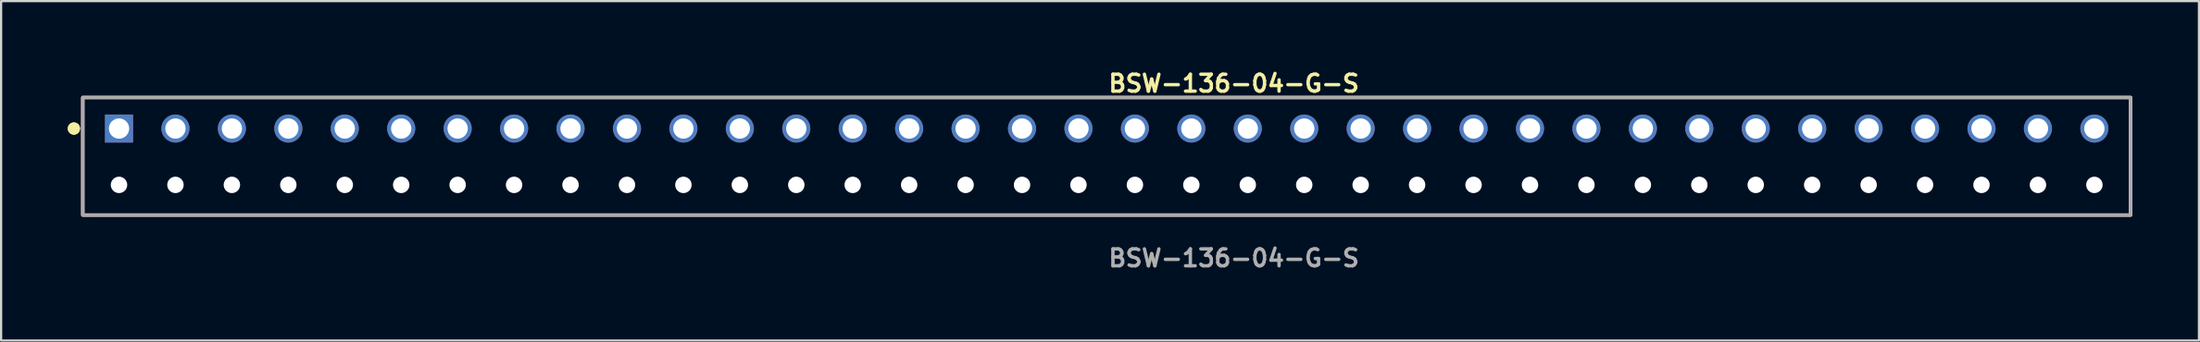
<source format=kicad_pcb>
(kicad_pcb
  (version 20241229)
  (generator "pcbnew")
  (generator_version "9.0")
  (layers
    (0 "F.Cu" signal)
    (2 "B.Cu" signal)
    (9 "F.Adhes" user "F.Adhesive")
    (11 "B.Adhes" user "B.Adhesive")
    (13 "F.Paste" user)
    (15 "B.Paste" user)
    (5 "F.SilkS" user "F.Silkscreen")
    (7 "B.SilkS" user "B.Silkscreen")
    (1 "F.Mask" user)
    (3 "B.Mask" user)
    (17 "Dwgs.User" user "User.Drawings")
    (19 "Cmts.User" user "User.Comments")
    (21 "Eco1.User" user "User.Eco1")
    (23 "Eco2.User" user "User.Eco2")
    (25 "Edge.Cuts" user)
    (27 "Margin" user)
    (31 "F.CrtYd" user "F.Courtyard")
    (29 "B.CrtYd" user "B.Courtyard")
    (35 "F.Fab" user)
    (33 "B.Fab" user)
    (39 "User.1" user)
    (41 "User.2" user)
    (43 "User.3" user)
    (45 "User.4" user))
  (footprint "BSW-136-04-G-S"
    (layer "F.Cu")
    (at 46.756 2.745)
    (property "Reference" "BSW-136-04-G-S" (at 0 -2.032 0) (unlocked yes) (layer "F.SilkS") (effects (font (size 0.762 0.762) (thickness 0.152)) (justify left)))
    (fp_rect (start -46.08 3.9) (end 46.08 -1.4) (stroke (width 0.152) (type solid)) (fill no) (layer "F.SilkS"))
    (fp_circle (center -46.48 0) (end -46.68 0) (stroke (width 0.152) (type solid)) (fill yes) (layer "F.SilkS"))
    (fp_circle (center -46.48 0) (end -46.68 0) (stroke (width 0.152) (type solid)) (fill yes) (layer "F.SilkS"))
    (fp_rect (start -46.08 3.9) (end 46.08 -1.4) (stroke (width 0.006) (type solid)) (fill no) (layer "F.CrtYd"))
    (fp_rect (start -46.08 3.9) (end 46.08 -1.4) (stroke (width 0.152) (type solid)) (fill no) (layer "F.Fab"))
    (fp_text user "${REFERENCE}" (at 0 5.842 0) (unlocked yes) (layer "F.Fab") (effects (font (size 0.762 0.762) (thickness 0.152)) (justify left)))
    (pad "" np_thru_hole circle (at -44.45 2.54) (size 0.74 0.74) (drill 0.74) (layers "*.Cu" "*.Mask"))
    (pad "" np_thru_hole circle (at -41.91 2.54) (size 0.74 0.74) (drill 0.74) (layers "*.Cu" "*.Mask"))
    (pad "" np_thru_hole circle (at -39.37 2.54) (size 0.74 0.74) (drill 0.74) (layers "*.Cu" "*.Mask"))
    (pad "" np_thru_hole circle (at -36.83 2.54) (size 0.74 0.74) (drill 0.74) (layers "*.Cu" "*.Mask"))
    (pad "" np_thru_hole circle (at -34.29 2.54) (size 0.74 0.74) (drill 0.74) (layers "*.Cu" "*.Mask"))
    (pad "" np_thru_hole circle (at -31.75 2.54) (size 0.74 0.74) (drill 0.74) (layers "*.Cu" "*.Mask"))
    (pad "" np_thru_hole circle (at -29.21 2.54) (size 0.74 0.74) (drill 0.74) (layers "*.Cu" "*.Mask"))
    (pad "" np_thru_hole circle (at -26.67 2.54) (size 0.74 0.74) (drill 0.74) (layers "*.Cu" "*.Mask"))
    (pad "" np_thru_hole circle (at -24.13 2.54) (size 0.74 0.74) (drill 0.74) (layers "*.Cu" "*.Mask"))
    (pad "" np_thru_hole circle (at -21.59 2.54) (size 0.74 0.74) (drill 0.74) (layers "*.Cu" "*.Mask"))
    (pad "" np_thru_hole circle (at -19.05 2.54) (size 0.74 0.74) (drill 0.74) (layers "*.Cu" "*.Mask"))
    (pad "" np_thru_hole circle (at -16.51 2.54) (size 0.74 0.74) (drill 0.74) (layers "*.Cu" "*.Mask"))
    (pad "" np_thru_hole circle (at -13.97 2.54) (size 0.74 0.74) (drill 0.74) (layers "*.Cu" "*.Mask"))
    (pad "" np_thru_hole circle (at -11.43 2.54) (size 0.74 0.74) (drill 0.74) (layers "*.Cu" "*.Mask"))
    (pad "" np_thru_hole circle (at -8.89 2.54) (size 0.74 0.74) (drill 0.74) (layers "*.Cu" "*.Mask"))
    (pad "" np_thru_hole circle (at -6.35 2.54) (size 0.74 0.74) (drill 0.74) (layers "*.Cu" "*.Mask"))
    (pad "" np_thru_hole circle (at -3.81 2.54) (size 0.74 0.74) (drill 0.74) (layers "*.Cu" "*.Mask"))
    (pad "" np_thru_hole circle (at -1.27 2.54) (size 0.74 0.74) (drill 0.74) (layers "*.Cu" "*.Mask"))
    (pad "" np_thru_hole circle (at 1.27 2.54) (size 0.74 0.74) (drill 0.74) (layers "*.Cu" "*.Mask"))
    (pad "" np_thru_hole circle (at 3.81 2.54) (size 0.74 0.74) (drill 0.74) (layers "*.Cu" "*.Mask"))
    (pad "" np_thru_hole circle (at 6.35 2.54) (size 0.74 0.74) (drill 0.74) (layers "*.Cu" "*.Mask"))
    (pad "" np_thru_hole circle (at 8.89 2.54) (size 0.74 0.74) (drill 0.74) (layers "*.Cu" "*.Mask"))
    (pad "" np_thru_hole circle (at 11.43 2.54) (size 0.74 0.74) (drill 0.74) (layers "*.Cu" "*.Mask"))
    (pad "" np_thru_hole circle (at 13.97 2.54) (size 0.74 0.74) (drill 0.74) (layers "*.Cu" "*.Mask"))
    (pad "" np_thru_hole circle (at 16.51 2.54) (size 0.74 0.74) (drill 0.74) (layers "*.Cu" "*.Mask"))
    (pad "" np_thru_hole circle (at 19.05 2.54) (size 0.74 0.74) (drill 0.74) (layers "*.Cu" "*.Mask"))
    (pad "" np_thru_hole circle (at 21.59 2.54) (size 0.74 0.74) (drill 0.74) (layers "*.Cu" "*.Mask"))
    (pad "" np_thru_hole circle (at 24.13 2.54) (size 0.74 0.74) (drill 0.74) (layers "*.Cu" "*.Mask"))
    (pad "" np_thru_hole circle (at 26.67 2.54) (size 0.74 0.74) (drill 0.74) (layers "*.Cu" "*.Mask"))
    (pad "" np_thru_hole circle (at 29.21 2.54) (size 0.74 0.74) (drill 0.74) (layers "*.Cu" "*.Mask"))
    (pad "" np_thru_hole circle (at 31.75 2.54) (size 0.74 0.74) (drill 0.74) (layers "*.Cu" "*.Mask"))
    (pad "" np_thru_hole circle (at 34.29 2.54) (size 0.74 0.74) (drill 0.74) (layers "*.Cu" "*.Mask"))
    (pad "" np_thru_hole circle (at 36.83 2.54) (size 0.74 0.74) (drill 0.74) (layers "*.Cu" "*.Mask"))
    (pad "" np_thru_hole circle (at 39.37 2.54) (size 0.74 0.74) (drill 0.74) (layers "*.Cu" "*.Mask"))
    (pad "" np_thru_hole circle (at 41.91 2.54) (size 0.74 0.74) (drill 0.74) (layers "*.Cu" "*.Mask"))
    (pad "" np_thru_hole circle (at 44.45 2.54) (size 0.74 0.74) (drill 0.74) (layers "*.Cu" "*.Mask"))
    (pad "1" thru_hole rect (at -44.45 0) (size 1.264 1.264) (drill 0.914) (layers "*.Cu" "*.Mask"))
    (pad "2" thru_hole circle (at -41.91 0) (size 1.264 1.264) (drill 0.914) (layers "*.Cu" "*.Mask"))
    (pad "3" thru_hole circle (at -39.37 0) (size 1.264 1.264) (drill 0.914) (layers "*.Cu" "*.Mask"))
    (pad "4" thru_hole circle (at -36.83 0) (size 1.264 1.264) (drill 0.914) (layers "*.Cu" "*.Mask"))
    (pad "5" thru_hole circle (at -34.29 0) (size 1.264 1.264) (drill 0.914) (layers "*.Cu" "*.Mask"))
    (pad "6" thru_hole circle (at -31.75 0) (size 1.264 1.264) (drill 0.914) (layers "*.Cu" "*.Mask"))
    (pad "7" thru_hole circle (at -29.21 0) (size 1.264 1.264) (drill 0.914) (layers "*.Cu" "*.Mask"))
    (pad "8" thru_hole circle (at -26.67 0) (size 1.264 1.264) (drill 0.914) (layers "*.Cu" "*.Mask"))
    (pad "9" thru_hole circle (at -24.13 0) (size 1.264 1.264) (drill 0.914) (layers "*.Cu" "*.Mask"))
    (pad "10" thru_hole circle (at -21.59 0) (size 1.264 1.264) (drill 0.914) (layers "*.Cu" "*.Mask"))
    (pad "11" thru_hole circle (at -19.05 0) (size 1.264 1.264) (drill 0.914) (layers "*.Cu" "*.Mask"))
    (pad "12" thru_hole circle (at -16.51 0) (size 1.264 1.264) (drill 0.914) (layers "*.Cu" "*.Mask"))
    (pad "13" thru_hole circle (at -13.97 0) (size 1.264 1.264) (drill 0.914) (layers "*.Cu" "*.Mask"))
    (pad "14" thru_hole circle (at -11.43 0) (size 1.264 1.264) (drill 0.914) (layers "*.Cu" "*.Mask"))
    (pad "15" thru_hole circle (at -8.89 0) (size 1.264 1.264) (drill 0.914) (layers "*.Cu" "*.Mask"))
    (pad "16" thru_hole circle (at -6.35 0) (size 1.264 1.264) (drill 0.914) (layers "*.Cu" "*.Mask"))
    (pad "17" thru_hole circle (at -3.81 0) (size 1.264 1.264) (drill 0.914) (layers "*.Cu" "*.Mask"))
    (pad "18" thru_hole circle (at -1.27 0) (size 1.264 1.264) (drill 0.914) (layers "*.Cu" "*.Mask"))
    (pad "19" thru_hole circle (at 1.27 0) (size 1.264 1.264) (drill 0.914) (layers "*.Cu" "*.Mask"))
    (pad "20" thru_hole circle (at 3.81 0) (size 1.264 1.264) (drill 0.914) (layers "*.Cu" "*.Mask"))
    (pad "21" thru_hole circle (at 6.35 0) (size 1.264 1.264) (drill 0.914) (layers "*.Cu" "*.Mask"))
    (pad "22" thru_hole circle (at 8.89 0) (size 1.264 1.264) (drill 0.914) (layers "*.Cu" "*.Mask"))
    (pad "23" thru_hole circle (at 11.43 0) (size 1.264 1.264) (drill 0.914) (layers "*.Cu" "*.Mask"))
    (pad "24" thru_hole circle (at 13.97 0) (size 1.264 1.264) (drill 0.914) (layers "*.Cu" "*.Mask"))
    (pad "25" thru_hole circle (at 16.51 0) (size 1.264 1.264) (drill 0.914) (layers "*.Cu" "*.Mask"))
    (pad "26" thru_hole circle (at 19.05 0) (size 1.264 1.264) (drill 0.914) (layers "*.Cu" "*.Mask"))
    (pad "27" thru_hole circle (at 21.59 0) (size 1.264 1.264) (drill 0.914) (layers "*.Cu" "*.Mask"))
    (pad "28" thru_hole circle (at 24.13 0) (size 1.264 1.264) (drill 0.914) (layers "*.Cu" "*.Mask"))
    (pad "29" thru_hole circle (at 26.67 0) (size 1.264 1.264) (drill 0.914) (layers "*.Cu" "*.Mask"))
    (pad "30" thru_hole circle (at 29.21 0) (size 1.264 1.264) (drill 0.914) (layers "*.Cu" "*.Mask"))
    (pad "31" thru_hole circle (at 31.75 0) (size 1.264 1.264) (drill 0.914) (layers "*.Cu" "*.Mask"))
    (pad "32" thru_hole circle (at 34.29 0) (size 1.264 1.264) (drill 0.914) (layers "*.Cu" "*.Mask"))
    (pad "33" thru_hole circle (at 36.83 0) (size 1.264 1.264) (drill 0.914) (layers "*.Cu" "*.Mask"))
    (pad "34" thru_hole circle (at 39.37 0) (size 1.264 1.264) (drill 0.914) (layers "*.Cu" "*.Mask"))
    (pad "35" thru_hole circle (at 41.91 0) (size 1.264 1.264) (drill 0.914) (layers "*.Cu" "*.Mask"))
    (pad "36" thru_hole circle (at 44.45 0) (size 1.264 1.264) (drill 0.914) (layers "*.Cu" "*.Mask")))
  (gr_rect
    (start -3 -3)
    (end 95.912 12.3)
    (stroke (width 0.1) (type default))
    (fill no)
    (layer "Edge.Cuts")))
</source>
